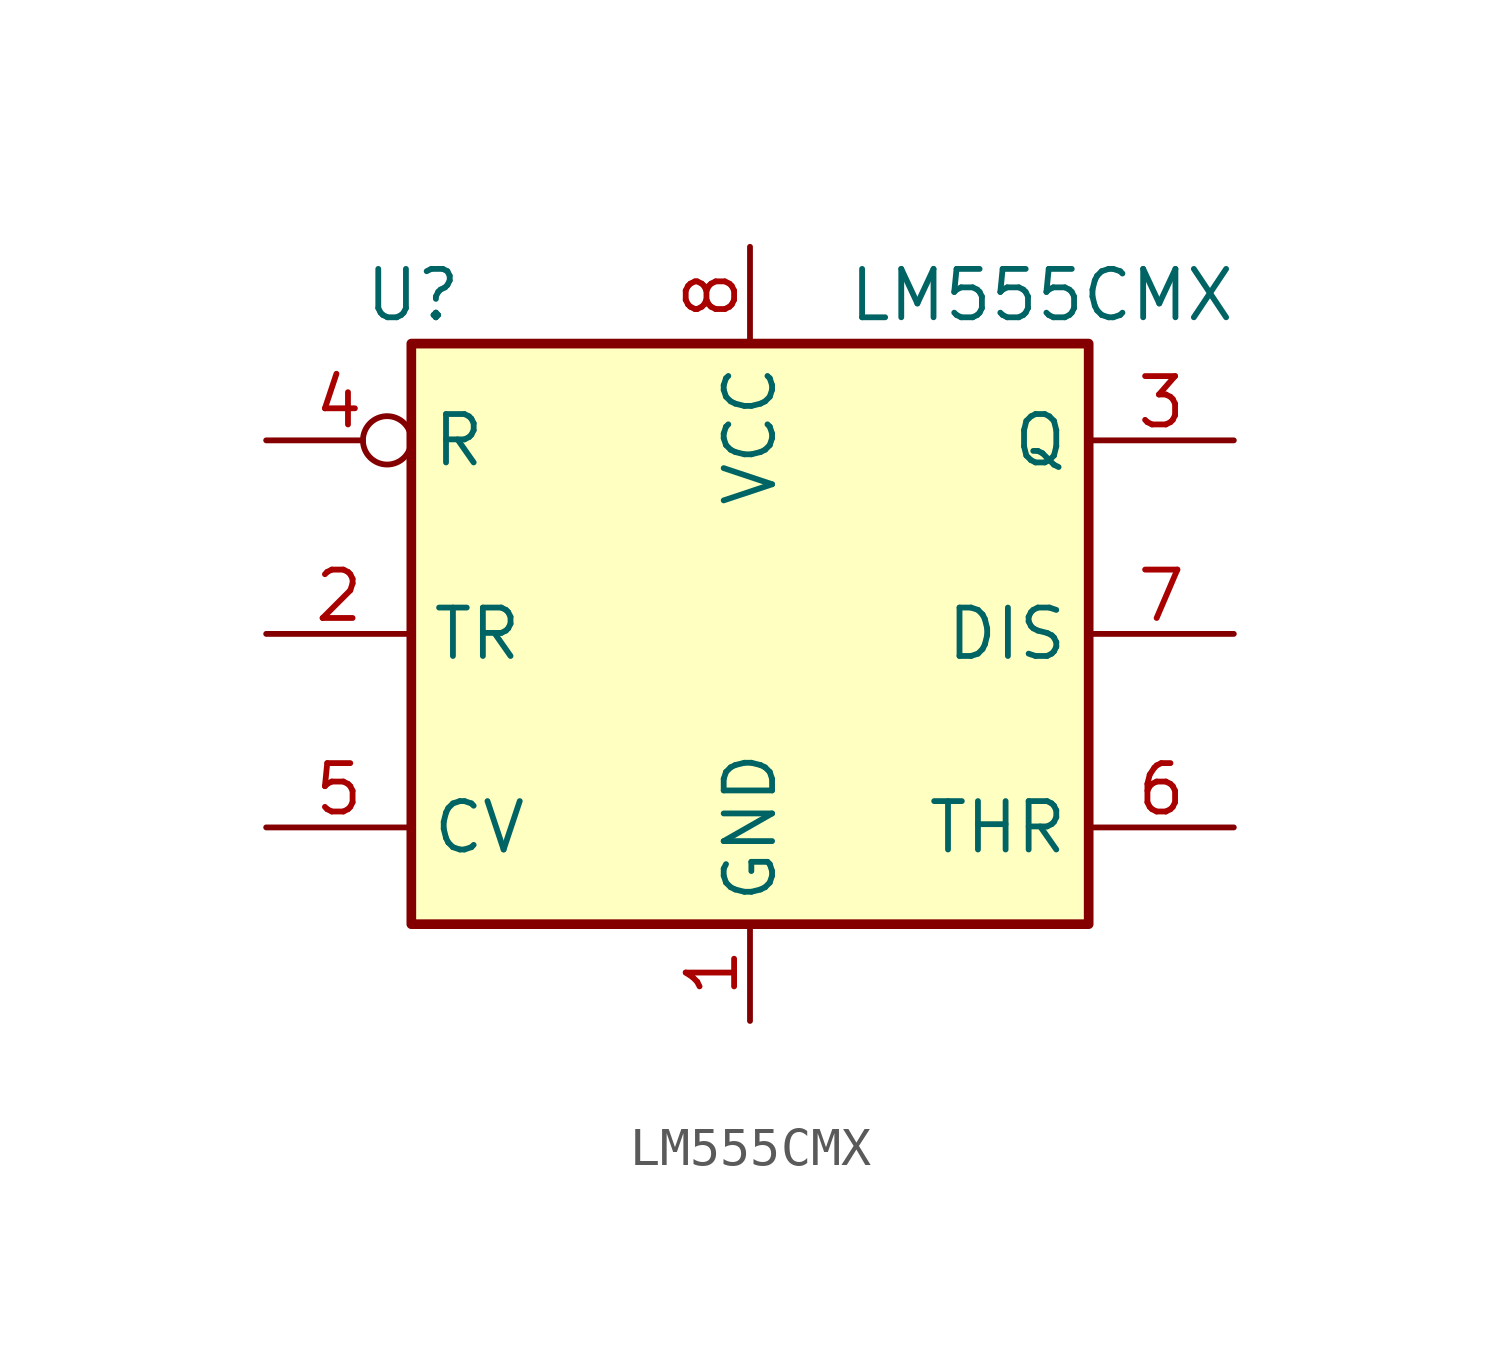
<source format=kicad_sym>
(kicad_symbol_lib
  (version 20210619)
  (generator kicad_symbol_editor)
  (symbol "ulib_555_Timer:LM555CMX"
    (property "Reference" "U"
      (at -10.16 8.89 0)
      (effects (font (size 1.27 1.27)) (justify left)))
    (property "Value" "LM555CMX"
      (at 2.54 8.89 0)
      (effects (font (size 1.27 1.27)) (justify left)))
    (symbol "LM555CMX_0_0"
      (pin power_in line (at 0 -10.16 90) (length 2.54) (name "GND" (effects (font (size 1.27 1.27)))) (number "1" (effects (font (size 1.27 1.27)))))
      (pin power_in line (at 0 10.16 270) (length 2.54) (name "VCC" (effects (font (size 1.27 1.27)))) (number "8" (effects (font (size 1.27 1.27))))))
    (symbol "LM555CMX_0_1"
      (rectangle (start -8.89 -7.62) (end 8.89 7.62) (stroke (width 0.254)) (fill (type background))))
    (symbol "LM555CMX_1_1"
      (pin input line (at -12.7 0 0) (length 3.81) (name "TR" (effects (font (size 1.27 1.27)))) (number "2" (effects (font (size 1.27 1.27)))))
      (pin output line (at 12.7 5.08 180) (length 3.81) (name "Q" (effects (font (size 1.27 1.27)))) (number "3" (effects (font (size 1.27 1.27)))))
      (pin input inverted (at -12.7 5.08 0) (length 3.81) (name "R" (effects (font (size 1.27 1.27)))) (number "4" (effects (font (size 1.27 1.27)))))
      (pin input line (at -12.7 -5.08 0) (length 3.81) (name "CV" (effects (font (size 1.27 1.27)))) (number "5" (effects (font (size 1.27 1.27)))))
      (pin input line (at 12.7 -5.08 180) (length 3.81) (name "THR" (effects (font (size 1.27 1.27)))) (number "6" (effects (font (size 1.27 1.27)))))
      (pin input line (at 12.7 0 180) (length 3.81) (name "DIS" (effects (font (size 1.27 1.27)))) (number "7" (effects (font (size 1.27 1.27))))))))
</source>
